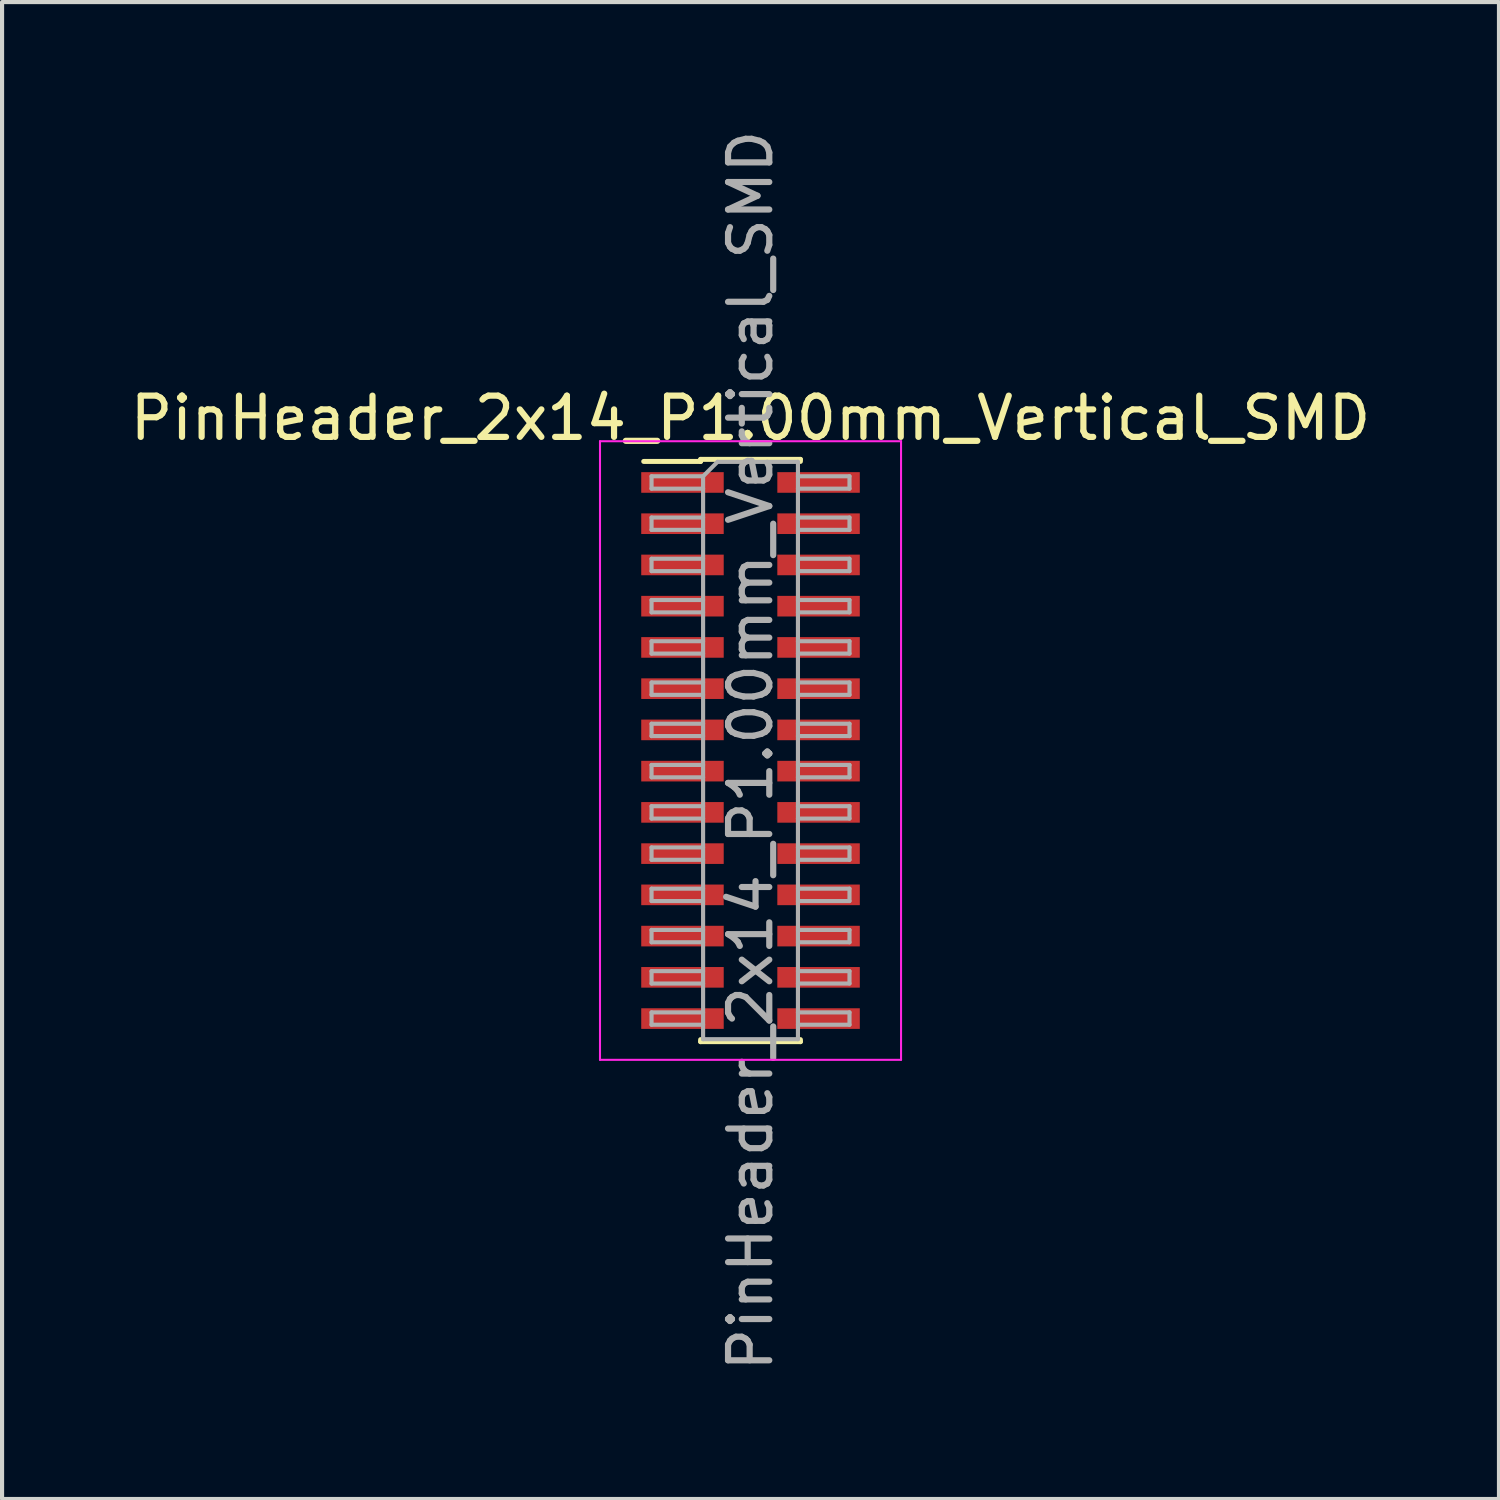
<source format=kicad_pcb>
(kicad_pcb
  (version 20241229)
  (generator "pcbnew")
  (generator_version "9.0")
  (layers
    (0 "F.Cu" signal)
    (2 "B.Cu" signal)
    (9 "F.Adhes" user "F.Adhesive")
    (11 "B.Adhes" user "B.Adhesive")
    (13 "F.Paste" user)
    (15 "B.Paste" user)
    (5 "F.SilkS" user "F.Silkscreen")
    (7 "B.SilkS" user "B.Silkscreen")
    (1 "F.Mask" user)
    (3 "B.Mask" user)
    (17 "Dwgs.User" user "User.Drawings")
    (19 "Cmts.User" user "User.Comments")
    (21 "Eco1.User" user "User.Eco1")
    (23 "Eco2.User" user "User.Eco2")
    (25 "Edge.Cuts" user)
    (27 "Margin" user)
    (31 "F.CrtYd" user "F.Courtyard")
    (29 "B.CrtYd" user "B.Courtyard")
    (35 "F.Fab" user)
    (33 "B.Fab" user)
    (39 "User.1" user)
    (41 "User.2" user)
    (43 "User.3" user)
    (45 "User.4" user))
  (footprint "PinHeader_2x14_P1.00mm_Vertical_SMD"
    (layer "F.Cu")
    (at 15.149 15.149)
    (property "Reference" "PinHeader_2x14_P1.00mm_Vertical_SMD" (at 0 -8.06 0) (layer "F.SilkS") (effects (font (size 1 1) (thickness 0.15))))
    (attr smd)
    (fp_line (start -2.59 -7.01) (end -1.21 -7.01) (stroke (width 0.12) (type solid)) (layer "F.SilkS"))
    (fp_line (start -1.21 -7.06) (end -1.21 -7.01) (stroke (width 0.12) (type solid)) (layer "F.SilkS"))
    (fp_line (start -1.21 -7.06) (end 1.21 -7.06) (stroke (width 0.12) (type solid)) (layer "F.SilkS"))
    (fp_line (start -1.21 7.01) (end -1.21 7.06) (stroke (width 0.12) (type solid)) (layer "F.SilkS"))
    (fp_line (start -1.21 7.06) (end 1.21 7.06) (stroke (width 0.12) (type solid)) (layer "F.SilkS"))
    (fp_line (start 1.21 -7.06) (end 1.21 -7.01) (stroke (width 0.12) (type solid)) (layer "F.SilkS"))
    (fp_line (start 1.21 7.01) (end 1.21 7.06) (stroke (width 0.12) (type solid)) (layer "F.SilkS"))
    (fp_line (start -3.65 -7.5) (end -3.65 7.5) (stroke (width 0.05) (type solid)) (layer "F.CrtYd"))
    (fp_line (start -3.65 7.5) (end 3.65 7.5) (stroke (width 0.05) (type solid)) (layer "F.CrtYd"))
    (fp_line (start 3.65 -7.5) (end -3.65 -7.5) (stroke (width 0.05) (type solid)) (layer "F.CrtYd"))
    (fp_line (start 3.65 7.5) (end 3.65 -7.5) (stroke (width 0.05) (type solid)) (layer "F.CrtYd"))
    (fp_line (start -2.4 -6.65) (end -2.4 -6.35) (stroke (width 0.1) (type solid)) (layer "F.Fab"))
    (fp_line (start -2.4 -6.35) (end -1.15 -6.35) (stroke (width 0.1) (type solid)) (layer "F.Fab"))
    (fp_line (start -2.4 -5.65) (end -2.4 -5.35) (stroke (width 0.1) (type solid)) (layer "F.Fab"))
    (fp_line (start -2.4 -5.35) (end -1.15 -5.35) (stroke (width 0.1) (type solid)) (layer "F.Fab"))
    (fp_line (start -2.4 -4.65) (end -2.4 -4.35) (stroke (width 0.1) (type solid)) (layer "F.Fab"))
    (fp_line (start -2.4 -4.35) (end -1.15 -4.35) (stroke (width 0.1) (type solid)) (layer "F.Fab"))
    (fp_line (start -2.4 -3.65) (end -2.4 -3.35) (stroke (width 0.1) (type solid)) (layer "F.Fab"))
    (fp_line (start -2.4 -3.35) (end -1.15 -3.35) (stroke (width 0.1) (type solid)) (layer "F.Fab"))
    (fp_line (start -2.4 -2.65) (end -2.4 -2.35) (stroke (width 0.1) (type solid)) (layer "F.Fab"))
    (fp_line (start -2.4 -2.35) (end -1.15 -2.35) (stroke (width 0.1) (type solid)) (layer "F.Fab"))
    (fp_line (start -2.4 -1.65) (end -2.4 -1.35) (stroke (width 0.1) (type solid)) (layer "F.Fab"))
    (fp_line (start -2.4 -1.35) (end -1.15 -1.35) (stroke (width 0.1) (type solid)) (layer "F.Fab"))
    (fp_line (start -2.4 -0.65) (end -2.4 -0.35) (stroke (width 0.1) (type solid)) (layer "F.Fab"))
    (fp_line (start -2.4 -0.35) (end -1.15 -0.35) (stroke (width 0.1) (type solid)) (layer "F.Fab"))
    (fp_line (start -2.4 0.35) (end -2.4 0.65) (stroke (width 0.1) (type solid)) (layer "F.Fab"))
    (fp_line (start -2.4 0.65) (end -1.15 0.65) (stroke (width 0.1) (type solid)) (layer "F.Fab"))
    (fp_line (start -2.4 1.35) (end -2.4 1.65) (stroke (width 0.1) (type solid)) (layer "F.Fab"))
    (fp_line (start -2.4 1.65) (end -1.15 1.65) (stroke (width 0.1) (type solid)) (layer "F.Fab"))
    (fp_line (start -2.4 2.35) (end -2.4 2.65) (stroke (width 0.1) (type solid)) (layer "F.Fab"))
    (fp_line (start -2.4 2.65) (end -1.15 2.65) (stroke (width 0.1) (type solid)) (layer "F.Fab"))
    (fp_line (start -2.4 3.35) (end -2.4 3.65) (stroke (width 0.1) (type solid)) (layer "F.Fab"))
    (fp_line (start -2.4 3.65) (end -1.15 3.65) (stroke (width 0.1) (type solid)) (layer "F.Fab"))
    (fp_line (start -2.4 4.35) (end -2.4 4.65) (stroke (width 0.1) (type solid)) (layer "F.Fab"))
    (fp_line (start -2.4 4.65) (end -1.15 4.65) (stroke (width 0.1) (type solid)) (layer "F.Fab"))
    (fp_line (start -2.4 5.35) (end -2.4 5.65) (stroke (width 0.1) (type solid)) (layer "F.Fab"))
    (fp_line (start -2.4 5.65) (end -1.15 5.65) (stroke (width 0.1) (type solid)) (layer "F.Fab"))
    (fp_line (start -2.4 6.35) (end -2.4 6.65) (stroke (width 0.1) (type solid)) (layer "F.Fab"))
    (fp_line (start -2.4 6.65) (end -1.15 6.65) (stroke (width 0.1) (type solid)) (layer "F.Fab"))
    (fp_line (start -1.15 -6.65) (end -2.4 -6.65) (stroke (width 0.1) (type solid)) (layer "F.Fab"))
    (fp_line (start -1.15 -6.65) (end -0.8 -7) (stroke (width 0.1) (type solid)) (layer "F.Fab"))
    (fp_line (start -1.15 -5.65) (end -2.4 -5.65) (stroke (width 0.1) (type solid)) (layer "F.Fab"))
    (fp_line (start -1.15 -4.65) (end -2.4 -4.65) (stroke (width 0.1) (type solid)) (layer "F.Fab"))
    (fp_line (start -1.15 -3.65) (end -2.4 -3.65) (stroke (width 0.1) (type solid)) (layer "F.Fab"))
    (fp_line (start -1.15 -2.65) (end -2.4 -2.65) (stroke (width 0.1) (type solid)) (layer "F.Fab"))
    (fp_line (start -1.15 -1.65) (end -2.4 -1.65) (stroke (width 0.1) (type solid)) (layer "F.Fab"))
    (fp_line (start -1.15 -0.65) (end -2.4 -0.65) (stroke (width 0.1) (type solid)) (layer "F.Fab"))
    (fp_line (start -1.15 0.35) (end -2.4 0.35) (stroke (width 0.1) (type solid)) (layer "F.Fab"))
    (fp_line (start -1.15 1.35) (end -2.4 1.35) (stroke (width 0.1) (type solid)) (layer "F.Fab"))
    (fp_line (start -1.15 2.35) (end -2.4 2.35) (stroke (width 0.1) (type solid)) (layer "F.Fab"))
    (fp_line (start -1.15 3.35) (end -2.4 3.35) (stroke (width 0.1) (type solid)) (layer "F.Fab"))
    (fp_line (start -1.15 4.35) (end -2.4 4.35) (stroke (width 0.1) (type solid)) (layer "F.Fab"))
    (fp_line (start -1.15 5.35) (end -2.4 5.35) (stroke (width 0.1) (type solid)) (layer "F.Fab"))
    (fp_line (start -1.15 6.35) (end -2.4 6.35) (stroke (width 0.1) (type solid)) (layer "F.Fab"))
    (fp_line (start -1.15 7) (end -1.15 -6.65) (stroke (width 0.1) (type solid)) (layer "F.Fab"))
    (fp_line (start -0.8 -7) (end 1.15 -7) (stroke (width 0.1) (type solid)) (layer "F.Fab"))
    (fp_line (start 1.15 -7) (end 1.15 7) (stroke (width 0.1) (type solid)) (layer "F.Fab"))
    (fp_line (start 1.15 -6.65) (end 2.4 -6.65) (stroke (width 0.1) (type solid)) (layer "F.Fab"))
    (fp_line (start 1.15 -5.65) (end 2.4 -5.65) (stroke (width 0.1) (type solid)) (layer "F.Fab"))
    (fp_line (start 1.15 -4.65) (end 2.4 -4.65) (stroke (width 0.1) (type solid)) (layer "F.Fab"))
    (fp_line (start 1.15 -3.65) (end 2.4 -3.65) (stroke (width 0.1) (type solid)) (layer "F.Fab"))
    (fp_line (start 1.15 -2.65) (end 2.4 -2.65) (stroke (width 0.1) (type solid)) (layer "F.Fab"))
    (fp_line (start 1.15 -1.65) (end 2.4 -1.65) (stroke (width 0.1) (type solid)) (layer "F.Fab"))
    (fp_line (start 1.15 -0.65) (end 2.4 -0.65) (stroke (width 0.1) (type solid)) (layer "F.Fab"))
    (fp_line (start 1.15 0.35) (end 2.4 0.35) (stroke (width 0.1) (type solid)) (layer "F.Fab"))
    (fp_line (start 1.15 1.35) (end 2.4 1.35) (stroke (width 0.1) (type solid)) (layer "F.Fab"))
    (fp_line (start 1.15 2.35) (end 2.4 2.35) (stroke (width 0.1) (type solid)) (layer "F.Fab"))
    (fp_line (start 1.15 3.35) (end 2.4 3.35) (stroke (width 0.1) (type solid)) (layer "F.Fab"))
    (fp_line (start 1.15 4.35) (end 2.4 4.35) (stroke (width 0.1) (type solid)) (layer "F.Fab"))
    (fp_line (start 1.15 5.35) (end 2.4 5.35) (stroke (width 0.1) (type solid)) (layer "F.Fab"))
    (fp_line (start 1.15 6.35) (end 2.4 6.35) (stroke (width 0.1) (type solid)) (layer "F.Fab"))
    (fp_line (start 1.15 7) (end -1.15 7) (stroke (width 0.1) (type solid)) (layer "F.Fab"))
    (fp_line (start 2.4 -6.65) (end 2.4 -6.35) (stroke (width 0.1) (type solid)) (layer "F.Fab"))
    (fp_line (start 2.4 -6.35) (end 1.15 -6.35) (stroke (width 0.1) (type solid)) (layer "F.Fab"))
    (fp_line (start 2.4 -5.65) (end 2.4 -5.35) (stroke (width 0.1) (type solid)) (layer "F.Fab"))
    (fp_line (start 2.4 -5.35) (end 1.15 -5.35) (stroke (width 0.1) (type solid)) (layer "F.Fab"))
    (fp_line (start 2.4 -4.65) (end 2.4 -4.35) (stroke (width 0.1) (type solid)) (layer "F.Fab"))
    (fp_line (start 2.4 -4.35) (end 1.15 -4.35) (stroke (width 0.1) (type solid)) (layer "F.Fab"))
    (fp_line (start 2.4 -3.65) (end 2.4 -3.35) (stroke (width 0.1) (type solid)) (layer "F.Fab"))
    (fp_line (start 2.4 -3.35) (end 1.15 -3.35) (stroke (width 0.1) (type solid)) (layer "F.Fab"))
    (fp_line (start 2.4 -2.65) (end 2.4 -2.35) (stroke (width 0.1) (type solid)) (layer "F.Fab"))
    (fp_line (start 2.4 -2.35) (end 1.15 -2.35) (stroke (width 0.1) (type solid)) (layer "F.Fab"))
    (fp_line (start 2.4 -1.65) (end 2.4 -1.35) (stroke (width 0.1) (type solid)) (layer "F.Fab"))
    (fp_line (start 2.4 -1.35) (end 1.15 -1.35) (stroke (width 0.1) (type solid)) (layer "F.Fab"))
    (fp_line (start 2.4 -0.65) (end 2.4 -0.35) (stroke (width 0.1) (type solid)) (layer "F.Fab"))
    (fp_line (start 2.4 -0.35) (end 1.15 -0.35) (stroke (width 0.1) (type solid)) (layer "F.Fab"))
    (fp_line (start 2.4 0.35) (end 2.4 0.65) (stroke (width 0.1) (type solid)) (layer "F.Fab"))
    (fp_line (start 2.4 0.65) (end 1.15 0.65) (stroke (width 0.1) (type solid)) (layer "F.Fab"))
    (fp_line (start 2.4 1.35) (end 2.4 1.65) (stroke (width 0.1) (type solid)) (layer "F.Fab"))
    (fp_line (start 2.4 1.65) (end 1.15 1.65) (stroke (width 0.1) (type solid)) (layer "F.Fab"))
    (fp_line (start 2.4 2.35) (end 2.4 2.65) (stroke (width 0.1) (type solid)) (layer "F.Fab"))
    (fp_line (start 2.4 2.65) (end 1.15 2.65) (stroke (width 0.1) (type solid)) (layer "F.Fab"))
    (fp_line (start 2.4 3.35) (end 2.4 3.65) (stroke (width 0.1) (type solid)) (layer "F.Fab"))
    (fp_line (start 2.4 3.65) (end 1.15 3.65) (stroke (width 0.1) (type solid)) (layer "F.Fab"))
    (fp_line (start 2.4 4.35) (end 2.4 4.65) (stroke (width 0.1) (type solid)) (layer "F.Fab"))
    (fp_line (start 2.4 4.65) (end 1.15 4.65) (stroke (width 0.1) (type solid)) (layer "F.Fab"))
    (fp_line (start 2.4 5.35) (end 2.4 5.65) (stroke (width 0.1) (type solid)) (layer "F.Fab"))
    (fp_line (start 2.4 5.65) (end 1.15 5.65) (stroke (width 0.1) (type solid)) (layer "F.Fab"))
    (fp_line (start 2.4 6.35) (end 2.4 6.65) (stroke (width 0.1) (type solid)) (layer "F.Fab"))
    (fp_line (start 2.4 6.65) (end 1.15 6.65) (stroke (width 0.1) (type solid)) (layer "F.Fab"))
    (fp_text user "${REFERENCE}" (at 0 0 90) (layer "F.Fab") (effects (font (size 1 1) (thickness 0.15))))
    (pad "1" smd rect (at -1.65 -6.5) (size 2 0.5) (layers "F.Cu" "F.Mask" "F.Paste"))
    (pad "2" smd rect (at 1.65 -6.5) (size 2 0.5) (layers "F.Cu" "F.Mask" "F.Paste"))
    (pad "3" smd rect (at -1.65 -5.5) (size 2 0.5) (layers "F.Cu" "F.Mask" "F.Paste"))
    (pad "4" smd rect (at 1.65 -5.5) (size 2 0.5) (layers "F.Cu" "F.Mask" "F.Paste"))
    (pad "5" smd rect (at -1.65 -4.5) (size 2 0.5) (layers "F.Cu" "F.Mask" "F.Paste"))
    (pad "6" smd rect (at 1.65 -4.5) (size 2 0.5) (layers "F.Cu" "F.Mask" "F.Paste"))
    (pad "7" smd rect (at -1.65 -3.5) (size 2 0.5) (layers "F.Cu" "F.Mask" "F.Paste"))
    (pad "8" smd rect (at 1.65 -3.5) (size 2 0.5) (layers "F.Cu" "F.Mask" "F.Paste"))
    (pad "9" smd rect (at -1.65 -2.5) (size 2 0.5) (layers "F.Cu" "F.Mask" "F.Paste"))
    (pad "10" smd rect (at 1.65 -2.5) (size 2 0.5) (layers "F.Cu" "F.Mask" "F.Paste"))
    (pad "11" smd rect (at -1.65 -1.5) (size 2 0.5) (layers "F.Cu" "F.Mask" "F.Paste"))
    (pad "12" smd rect (at 1.65 -1.5) (size 2 0.5) (layers "F.Cu" "F.Mask" "F.Paste"))
    (pad "13" smd rect (at -1.65 -0.5) (size 2 0.5) (layers "F.Cu" "F.Mask" "F.Paste"))
    (pad "14" smd rect (at 1.65 -0.5) (size 2 0.5) (layers "F.Cu" "F.Mask" "F.Paste"))
    (pad "15" smd rect (at -1.65 0.5) (size 2 0.5) (layers "F.Cu" "F.Mask" "F.Paste"))
    (pad "16" smd rect (at 1.65 0.5) (size 2 0.5) (layers "F.Cu" "F.Mask" "F.Paste"))
    (pad "17" smd rect (at -1.65 1.5) (size 2 0.5) (layers "F.Cu" "F.Mask" "F.Paste"))
    (pad "18" smd rect (at 1.65 1.5) (size 2 0.5) (layers "F.Cu" "F.Mask" "F.Paste"))
    (pad "19" smd rect (at -1.65 2.5) (size 2 0.5) (layers "F.Cu" "F.Mask" "F.Paste"))
    (pad "20" smd rect (at 1.65 2.5) (size 2 0.5) (layers "F.Cu" "F.Mask" "F.Paste"))
    (pad "21" smd rect (at -1.65 3.5) (size 2 0.5) (layers "F.Cu" "F.Mask" "F.Paste"))
    (pad "22" smd rect (at 1.65 3.5) (size 2 0.5) (layers "F.Cu" "F.Mask" "F.Paste"))
    (pad "23" smd rect (at -1.65 4.5) (size 2 0.5) (layers "F.Cu" "F.Mask" "F.Paste"))
    (pad "24" smd rect (at 1.65 4.5) (size 2 0.5) (layers "F.Cu" "F.Mask" "F.Paste"))
    (pad "25" smd rect (at -1.65 5.5) (size 2 0.5) (layers "F.Cu" "F.Mask" "F.Paste"))
    (pad "26" smd rect (at 1.65 5.5) (size 2 0.5) (layers "F.Cu" "F.Mask" "F.Paste"))
    (pad "27" smd rect (at -1.65 6.5) (size 2 0.5) (layers "F.Cu" "F.Mask" "F.Paste"))
    (pad "28" smd rect (at 1.65 6.5) (size 2 0.5) (layers "F.Cu" "F.Mask" "F.Paste")))
  (gr_rect
    (start -3 -3)
    (end 33.298 33.298)
    (stroke (width 0.1) (type default))
    (fill no)
    (layer "Edge.Cuts")))
</source>
